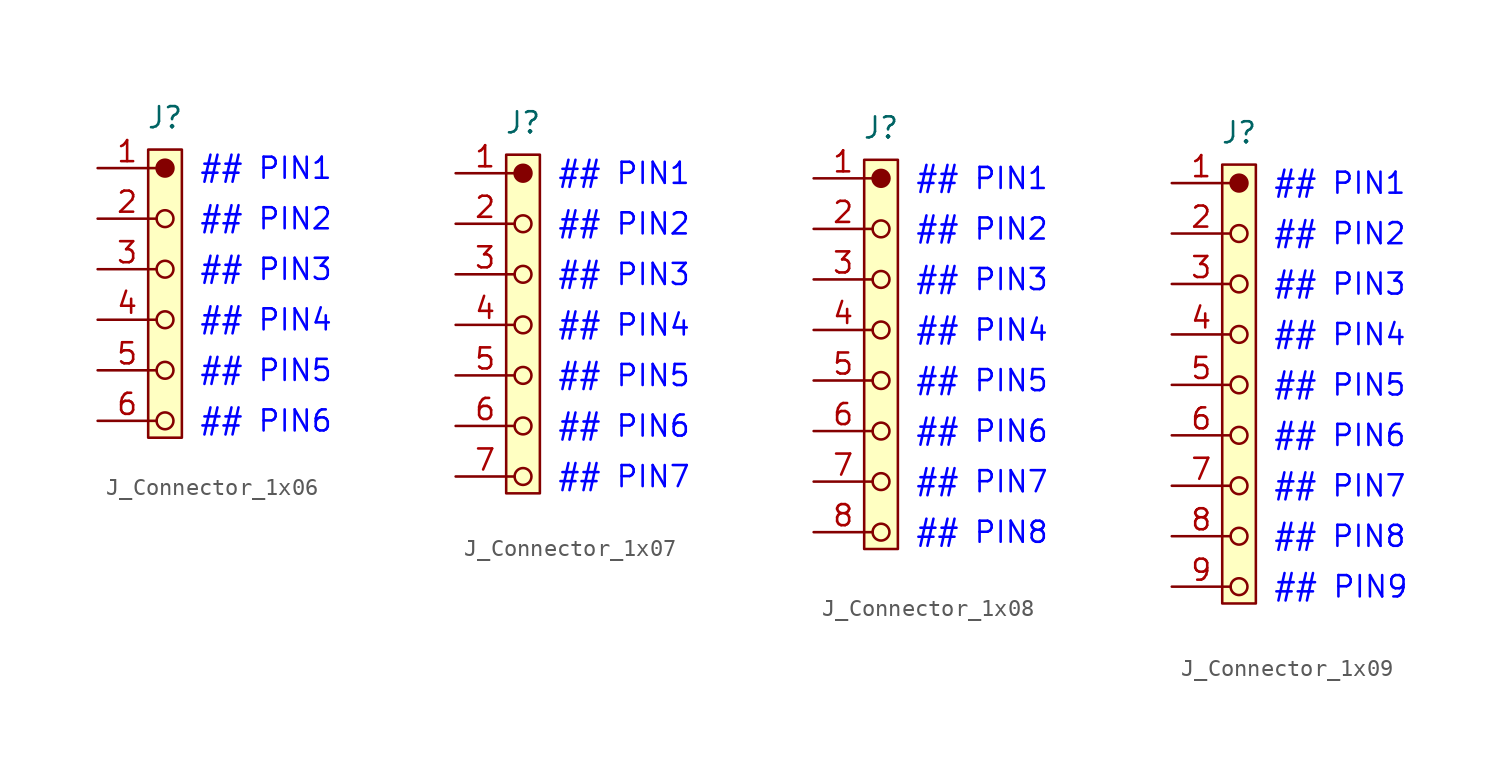
<source format=kicad_sym>
(kicad_symbol_lib
  (version 20241209)
  (generator "kicad_symbol_editor")
  (generator_version "9.0")
  (symbol "J_Connector_1x06"
    (pin_names
      (offset 0)
      (hide yes))
    (property "Reference" "J"
      (at 4 3 0)
      (do_not_autoplace)
      (effects (font (size 1.25 1.25))))
    (property "PIN_01" "## PIN1"
      (at 6 0 0)
      (do_not_autoplace)
      (effects (font (size 1.25 1.25) (color 0 0 255 1)) (justify left)))
    (property "PIN_02" "## PIN2"
      (at 6 -3 0)
      (do_not_autoplace)
      (effects (font (size 1.25 1.25) (color 0 0 255 1)) (justify left)))
    (property "PIN_03" "## PIN3"
      (at 6 -6 0)
      (do_not_autoplace)
      (effects (font (size 1.25 1.25) (color 0 0 255 1)) (justify left)))
    (property "PIN_04" "## PIN4"
      (at 6 -9 0)
      (do_not_autoplace)
      (effects (font (size 1.25 1.25) (color 0 0 255 1)) (justify left)))
    (property "PIN_05" "## PIN5"
      (at 6 -12 0)
      (do_not_autoplace)
      (effects (font (size 1.25 1.25) (color 0 0 255 1)) (justify left)))
    (property "PIN_06" "## PIN6"
      (at 6 -15 0)
      (do_not_autoplace)
      (effects (font (size 1.25 1.25) (color 0 0 255 1)) (justify left)))
    (symbol "J_Connector_1x06_0_1"
      (circle (center 4 -3) (radius 0.5) (stroke (width 0) (type default)) (fill (type none)))
      (circle (center 4 -6) (radius 0.5) (stroke (width 0) (type default)) (fill (type none)))
      (circle (center 4 -9) (radius 0.5) (stroke (width 0) (type default)) (fill (type none)))
      (circle (center 4 -12) (radius 0.5) (stroke (width 0) (type default)) (fill (type none)))
      (circle (center 4 -15) (radius 0.5) (stroke (width 0) (type default)) (fill (type none))))
    (symbol "J_Connector_1x06_1_1"
      (rectangle (start 3 1.1) (end 5 -16) (stroke (width 0) (type default)) (fill (type background)))
      (circle (center 4 0) (radius 0.5) (stroke (width 0) (type default)) (fill (type outline)))
      (pin passive line (at 0 0 0) (length 3.5) (name "1" (effects (font (size 1.25 1.25)))) (number "1" (effects (font (size 1.25 1.25)))))
      (pin passive line (at 0 -3 0) (length 3.5) (name "2" (effects (font (size 1.25 1.25)))) (number "2" (effects (font (size 1.25 1.25)))))
      (pin passive line (at 0 -6 0) (length 3.5) (name "3" (effects (font (size 1.25 1.25)))) (number "3" (effects (font (size 1.25 1.25)))))
      (pin passive line (at 0 -9 0) (length 3.5) (name "4" (effects (font (size 1.25 1.25)))) (number "4" (effects (font (size 1.25 1.25)))))
      (pin passive line (at 0 -12 0) (length 3.5) (name "5" (effects (font (size 1.25 1.25)))) (number "5" (effects (font (size 1.25 1.25)))))
      (pin passive line (at 0 -15 0) (length 3.5) (name "6" (effects (font (size 1.25 1.25)))) (number "6" (effects (font (size 1.25 1.25)))))))
  (symbol "J_Connector_1x07"
    (pin_names
      (offset 0)
      (hide yes))
    (property "Reference" "J"
      (at 4 3 0)
      (do_not_autoplace)
      (effects (font (size 1.25 1.25))))
    (property "PIN_01" "## PIN1"
      (at 6 0 0)
      (do_not_autoplace)
      (effects (font (size 1.25 1.25) (color 0 0 255 1)) (justify left)))
    (property "PIN_02" "## PIN2"
      (at 6 -3 0)
      (do_not_autoplace)
      (effects (font (size 1.25 1.25) (color 0 0 255 1)) (justify left)))
    (property "PIN_03" "## PIN3"
      (at 6 -6 0)
      (do_not_autoplace)
      (effects (font (size 1.25 1.25) (color 0 0 255 1)) (justify left)))
    (property "PIN_04" "## PIN4"
      (at 6 -9 0)
      (do_not_autoplace)
      (effects (font (size 1.25 1.25) (color 0 0 255 1)) (justify left)))
    (property "PIN_05" "## PIN5"
      (at 6 -12 0)
      (do_not_autoplace)
      (effects (font (size 1.25 1.25) (color 0 0 255 1)) (justify left)))
    (property "PIN_06" "## PIN6"
      (at 6 -15 0)
      (do_not_autoplace)
      (effects (font (size 1.25 1.25) (color 0 0 255 1)) (justify left)))
    (property "PIN_07" "## PIN7"
      (at 6 -18 0)
      (do_not_autoplace)
      (effects (font (size 1.25 1.25) (color 0 0 255 1)) (justify left)))
    (symbol "J_Connector_1x07_0_1"
      (circle (center 4 -3) (radius 0.5) (stroke (width 0) (type default)) (fill (type none)))
      (circle (center 4 -6) (radius 0.5) (stroke (width 0) (type default)) (fill (type none)))
      (circle (center 4 -9) (radius 0.5) (stroke (width 0) (type default)) (fill (type none)))
      (circle (center 4 -12) (radius 0.5) (stroke (width 0) (type default)) (fill (type none)))
      (circle (center 4 -15) (radius 0.5) (stroke (width 0) (type default)) (fill (type none)))
      (circle (center 4 -18) (radius 0.5) (stroke (width 0) (type default)) (fill (type none))))
    (symbol "J_Connector_1x07_1_1"
      (rectangle (start 3 1.1) (end 5 -19) (stroke (width 0) (type default)) (fill (type background)))
      (circle (center 4 0) (radius 0.5) (stroke (width 0) (type default)) (fill (type outline)))
      (pin passive line (at 0 0 0) (length 3.5) (name "1" (effects (font (size 1.25 1.25)))) (number "1" (effects (font (size 1.25 1.25)))))
      (pin passive line (at 0 -3 0) (length 3.5) (name "2" (effects (font (size 1.25 1.25)))) (number "2" (effects (font (size 1.25 1.25)))))
      (pin passive line (at 0 -6 0) (length 3.5) (name "3" (effects (font (size 1.25 1.25)))) (number "3" (effects (font (size 1.25 1.25)))))
      (pin passive line (at 0 -9 0) (length 3.5) (name "4" (effects (font (size 1.25 1.25)))) (number "4" (effects (font (size 1.25 1.25)))))
      (pin passive line (at 0 -12 0) (length 3.5) (name "5" (effects (font (size 1.25 1.25)))) (number "5" (effects (font (size 1.25 1.25)))))
      (pin passive line (at 0 -15 0) (length 3.5) (name "6" (effects (font (size 1.25 1.25)))) (number "6" (effects (font (size 1.25 1.25)))))
      (pin passive line (at 0 -18 0) (length 3.5) (name "7" (effects (font (size 1.25 1.25)))) (number "7" (effects (font (size 1.25 1.25)))))))
  (symbol "J_Connector_1x08"
    (pin_names
      (offset 0)
      (hide yes))
    (property "Reference" "J"
      (at 4 3 0)
      (do_not_autoplace)
      (effects (font (size 1.25 1.25))))
    (property "PIN_01" "## PIN1"
      (at 6 0 0)
      (do_not_autoplace)
      (effects (font (size 1.25 1.25) (color 0 0 255 1)) (justify left)))
    (property "PIN_02" "## PIN2"
      (at 6 -3 0)
      (do_not_autoplace)
      (effects (font (size 1.25 1.25) (color 0 0 255 1)) (justify left)))
    (property "PIN_03" "## PIN3"
      (at 6 -6 0)
      (do_not_autoplace)
      (effects (font (size 1.25 1.25) (color 0 0 255 1)) (justify left)))
    (property "PIN_04" "## PIN4"
      (at 6 -9 0)
      (do_not_autoplace)
      (effects (font (size 1.25 1.25) (color 0 0 255 1)) (justify left)))
    (property "PIN_05" "## PIN5"
      (at 6 -12 0)
      (do_not_autoplace)
      (effects (font (size 1.25 1.25) (color 0 0 255 1)) (justify left)))
    (property "PIN_06" "## PIN6"
      (at 6 -15 0)
      (do_not_autoplace)
      (effects (font (size 1.25 1.25) (color 0 0 255 1)) (justify left)))
    (property "PIN_07" "## PIN7"
      (at 6 -18 0)
      (do_not_autoplace)
      (effects (font (size 1.25 1.25) (color 0 0 255 1)) (justify left)))
    (property "PIN_08" "## PIN8"
      (at 6 -21 0)
      (do_not_autoplace)
      (effects (font (size 1.25 1.25) (color 0 0 255 1)) (justify left)))
    (symbol "J_Connector_1x08_0_1"
      (circle (center 4 -3) (radius 0.5) (stroke (width 0) (type default)) (fill (type none)))
      (circle (center 4 -6) (radius 0.5) (stroke (width 0) (type default)) (fill (type none)))
      (circle (center 4 -9) (radius 0.5) (stroke (width 0) (type default)) (fill (type none)))
      (circle (center 4 -12) (radius 0.5) (stroke (width 0) (type default)) (fill (type none)))
      (circle (center 4 -15) (radius 0.5) (stroke (width 0) (type default)) (fill (type none)))
      (circle (center 4 -18) (radius 0.5) (stroke (width 0) (type default)) (fill (type none)))
      (circle (center 4 -21) (radius 0.5) (stroke (width 0) (type default)) (fill (type none))))
    (symbol "J_Connector_1x08_1_1"
      (rectangle (start 3 1.1) (end 5 -22) (stroke (width 0) (type default)) (fill (type background)))
      (circle (center 4 0) (radius 0.5) (stroke (width 0) (type default)) (fill (type outline)))
      (pin passive line (at 0 0 0) (length 3.5) (name "1" (effects (font (size 1.25 1.25)))) (number "1" (effects (font (size 1.25 1.25)))))
      (pin passive line (at 0 -3 0) (length 3.5) (name "2" (effects (font (size 1.25 1.25)))) (number "2" (effects (font (size 1.25 1.25)))))
      (pin passive line (at 0 -6 0) (length 3.5) (name "3" (effects (font (size 1.25 1.25)))) (number "3" (effects (font (size 1.25 1.25)))))
      (pin passive line (at 0 -9 0) (length 3.5) (name "4" (effects (font (size 1.25 1.25)))) (number "4" (effects (font (size 1.25 1.25)))))
      (pin passive line (at 0 -12 0) (length 3.5) (name "5" (effects (font (size 1.25 1.25)))) (number "5" (effects (font (size 1.25 1.25)))))
      (pin passive line (at 0 -15 0) (length 3.5) (name "6" (effects (font (size 1.25 1.25)))) (number "6" (effects (font (size 1.25 1.25)))))
      (pin passive line (at 0 -18 0) (length 3.5) (name "7" (effects (font (size 1.25 1.25)))) (number "7" (effects (font (size 1.25 1.25)))))
      (pin passive line (at 0 -21 0) (length 3.5) (name "8" (effects (font (size 1.25 1.25)))) (number "8" (effects (font (size 1.25 1.25)))))))
  (symbol "J_Connector_1x09"
    (pin_names
      (offset 0)
      (hide yes))
    (property "Reference" "J"
      (at 4 3 0)
      (do_not_autoplace)
      (effects (font (size 1.25 1.25))))
    (property "PIN_01" "## PIN1"
      (at 6 0 0)
      (do_not_autoplace)
      (effects (font (size 1.25 1.25) (color 0 0 255 1)) (justify left)))
    (property "PIN_02" "## PIN2"
      (at 6 -3 0)
      (do_not_autoplace)
      (effects (font (size 1.25 1.25) (color 0 0 255 1)) (justify left)))
    (property "PIN_03" "## PIN3"
      (at 6 -6 0)
      (do_not_autoplace)
      (effects (font (size 1.25 1.25) (color 0 0 255 1)) (justify left)))
    (property "PIN_04" "## PIN4"
      (at 6 -9 0)
      (do_not_autoplace)
      (effects (font (size 1.25 1.25) (color 0 0 255 1)) (justify left)))
    (property "PIN_05" "## PIN5"
      (at 6 -12 0)
      (do_not_autoplace)
      (effects (font (size 1.25 1.25) (color 0 0 255 1)) (justify left)))
    (property "PIN_06" "## PIN6"
      (at 6 -15 0)
      (do_not_autoplace)
      (effects (font (size 1.25 1.25) (color 0 0 255 1)) (justify left)))
    (property "PIN_07" "## PIN7"
      (at 6 -18 0)
      (do_not_autoplace)
      (effects (font (size 1.25 1.25) (color 0 0 255 1)) (justify left)))
    (property "PIN_08" "## PIN8"
      (at 6 -21 0)
      (do_not_autoplace)
      (effects (font (size 1.25 1.25) (color 0 0 255 1)) (justify left)))
    (property "PIN_09" "## PIN9"
      (at 6 -24 0)
      (do_not_autoplace)
      (effects (font (size 1.27 1.27) (color 0 0 255 1)) (justify left)))
    (symbol "J_Connector_1x09_0_1"
      (circle (center 4 -3) (radius 0.5) (stroke (width 0) (type default)) (fill (type none)))
      (circle (center 4 -6) (radius 0.5) (stroke (width 0) (type default)) (fill (type none)))
      (circle (center 4 -9) (radius 0.5) (stroke (width 0) (type default)) (fill (type none)))
      (circle (center 4 -12) (radius 0.5) (stroke (width 0) (type default)) (fill (type none)))
      (circle (center 4 -15) (radius 0.5) (stroke (width 0) (type default)) (fill (type none)))
      (circle (center 4 -18) (radius 0.5) (stroke (width 0) (type default)) (fill (type none)))
      (circle (center 4 -21) (radius 0.5) (stroke (width 0) (type default)) (fill (type none)))
      (circle (center 4 -24) (radius 0.5) (stroke (width 0) (type default)) (fill (type none))))
    (symbol "J_Connector_1x09_1_1"
      (rectangle (start 3 1.1) (end 5 -25) (stroke (width 0) (type default)) (fill (type background)))
      (circle (center 4 0) (radius 0.5) (stroke (width 0) (type default)) (fill (type outline)))
      (pin passive line (at 0 0 0) (length 3.5) (name "1" (effects (font (size 1.25 1.25)))) (number "1" (effects (font (size 1.25 1.25)))))
      (pin passive line (at 0 -3 0) (length 3.5) (name "2" (effects (font (size 1.25 1.25)))) (number "2" (effects (font (size 1.25 1.25)))))
      (pin passive line (at 0 -6 0) (length 3.5) (name "3" (effects (font (size 1.25 1.25)))) (number "3" (effects (font (size 1.25 1.25)))))
      (pin passive line (at 0 -9 0) (length 3.5) (name "4" (effects (font (size 1.25 1.25)))) (number "4" (effects (font (size 1.25 1.25)))))
      (pin passive line (at 0 -12 0) (length 3.5) (name "5" (effects (font (size 1.25 1.25)))) (number "5" (effects (font (size 1.25 1.25)))))
      (pin passive line (at 0 -15 0) (length 3.5) (name "6" (effects (font (size 1.25 1.25)))) (number "6" (effects (font (size 1.25 1.25)))))
      (pin passive line (at 0 -18 0) (length 3.5) (name "7" (effects (font (size 1.25 1.25)))) (number "7" (effects (font (size 1.25 1.25)))))
      (pin passive line (at 0 -21 0) (length 3.5) (name "8" (effects (font (size 1.25 1.25)))) (number "8" (effects (font (size 1.25 1.25)))))
      (pin passive line (at 0 -24 0) (length 3.5) (name "9" (effects (font (size 1.25 1.25)))) (number "9" (effects (font (size 1.25 1.25))))))))
</source>
